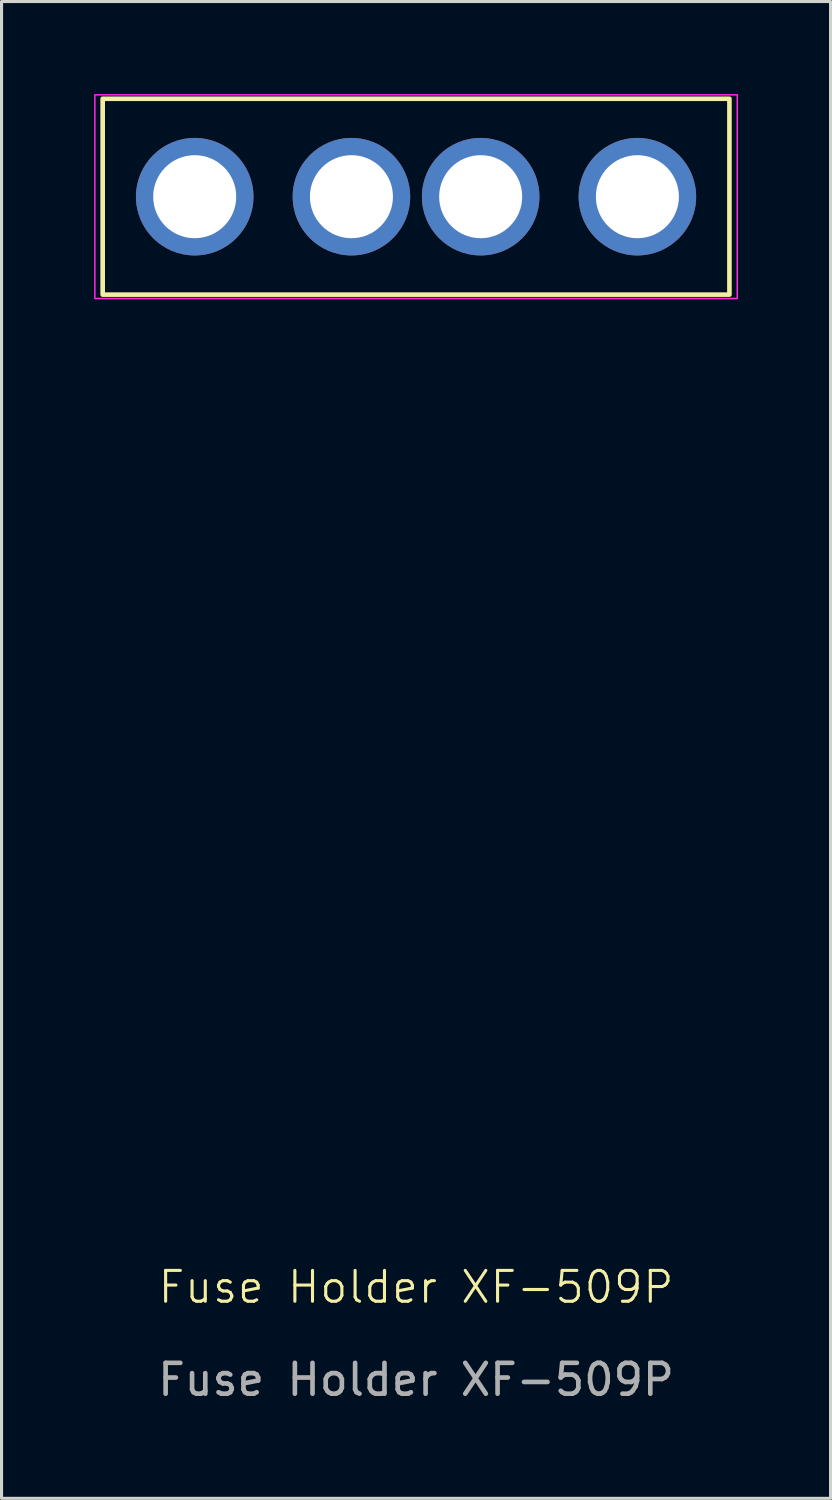
<source format=kicad_pcb>
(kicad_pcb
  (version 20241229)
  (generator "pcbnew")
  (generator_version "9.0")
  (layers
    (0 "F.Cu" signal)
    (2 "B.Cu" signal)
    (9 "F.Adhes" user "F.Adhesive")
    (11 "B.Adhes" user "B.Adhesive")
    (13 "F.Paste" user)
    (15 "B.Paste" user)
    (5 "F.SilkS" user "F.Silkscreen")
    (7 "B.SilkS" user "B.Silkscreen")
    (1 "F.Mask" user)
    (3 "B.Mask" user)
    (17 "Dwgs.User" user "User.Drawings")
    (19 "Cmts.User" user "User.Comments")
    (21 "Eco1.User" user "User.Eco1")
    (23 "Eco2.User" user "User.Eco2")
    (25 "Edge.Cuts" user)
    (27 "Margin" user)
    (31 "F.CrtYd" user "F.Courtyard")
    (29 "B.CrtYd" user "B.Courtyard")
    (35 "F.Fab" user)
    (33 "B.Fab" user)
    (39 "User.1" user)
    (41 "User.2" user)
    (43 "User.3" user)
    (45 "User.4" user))
  (footprint "Fuse Holder XF-509P"
    (layer "F.Cu")
    (at 10.439 3.327)
    (property "Reference" "Fuse Holder XF-509P" (at 0 35.354 0) (unlocked yes) (layer "F.SilkS") (effects (font (size 1 1) (thickness 0.1))))
    (attr smd)
    (fp_rect (start -10.16 -3.175) (end 10.16 3.175) (stroke (width 0.15) (type solid)) (fill no) (layer "F.SilkS"))
    (fp_rect (start -10.414 -3.302) (end 10.414 3.302) (stroke (width 0.05) (type default)) (fill no) (layer "F.CrtYd"))
    (fp_text user "${REFERENCE}" (at 0 38.354 0) (unlocked yes) (layer "F.Fab") (effects (font (size 1 1) (thickness 0.15))))
    (pad "1" thru_hole circle (at -7.176 0) (size 3.81 3.81) (drill 2.692) (layers "*.Cu" "*.Mask"))
    (pad "1" thru_hole circle (at -2.095 0) (size 3.81 3.81) (drill 2.692) (layers "*.Cu" "*.Mask"))
    (pad "2" thru_hole circle (at 2.095 0) (size 3.81 3.81) (drill 2.692) (layers "*.Cu" "*.Mask"))
    (pad "2" thru_hole circle (at 7.176 0) (size 3.81 3.81) (drill 2.692) (layers "*.Cu" "*.Mask")))
  (gr_rect
    (start -3 -3)
    (end 23.878 45.529)
    (stroke (width 0.1) (type default))
    (fill no)
    (layer "Edge.Cuts")))
</source>
